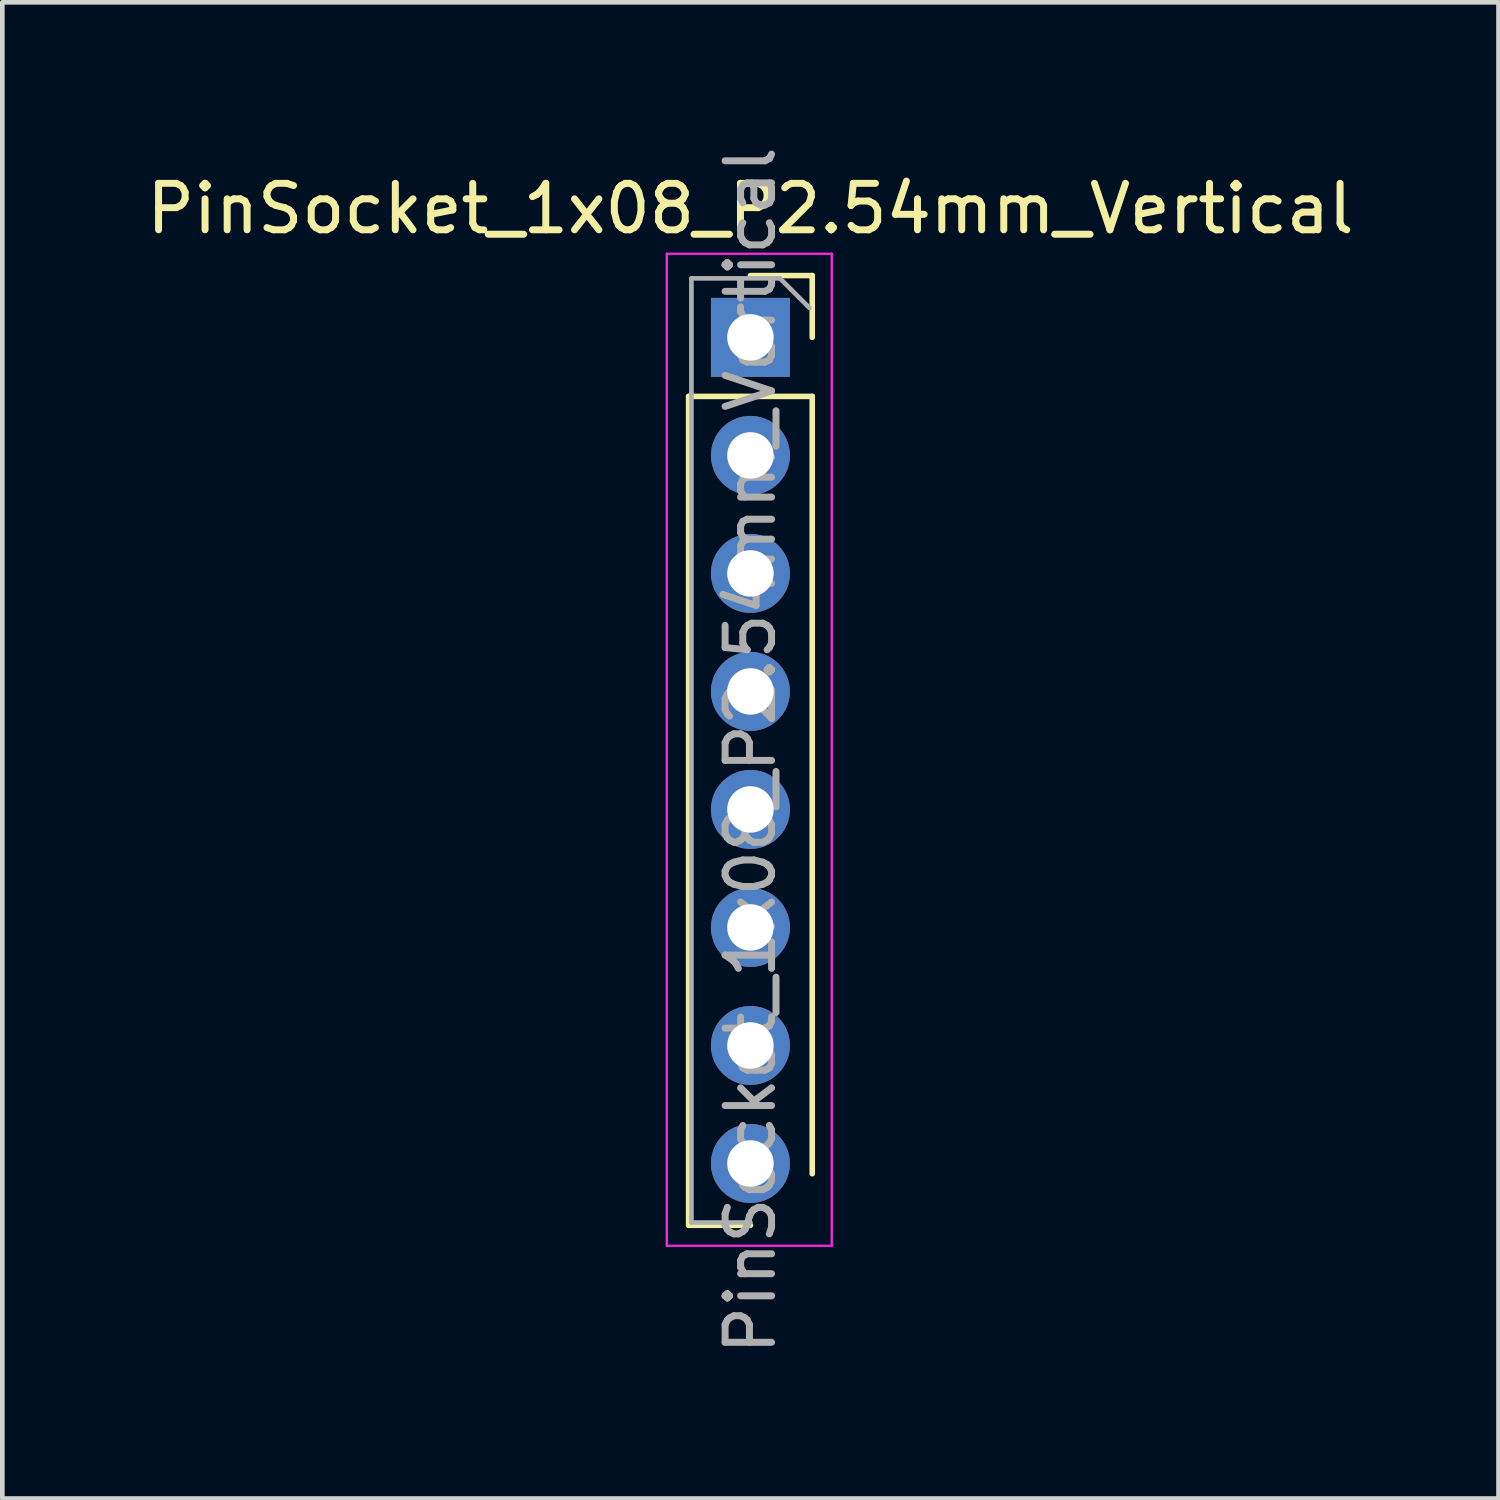
<source format=kicad_pcb>
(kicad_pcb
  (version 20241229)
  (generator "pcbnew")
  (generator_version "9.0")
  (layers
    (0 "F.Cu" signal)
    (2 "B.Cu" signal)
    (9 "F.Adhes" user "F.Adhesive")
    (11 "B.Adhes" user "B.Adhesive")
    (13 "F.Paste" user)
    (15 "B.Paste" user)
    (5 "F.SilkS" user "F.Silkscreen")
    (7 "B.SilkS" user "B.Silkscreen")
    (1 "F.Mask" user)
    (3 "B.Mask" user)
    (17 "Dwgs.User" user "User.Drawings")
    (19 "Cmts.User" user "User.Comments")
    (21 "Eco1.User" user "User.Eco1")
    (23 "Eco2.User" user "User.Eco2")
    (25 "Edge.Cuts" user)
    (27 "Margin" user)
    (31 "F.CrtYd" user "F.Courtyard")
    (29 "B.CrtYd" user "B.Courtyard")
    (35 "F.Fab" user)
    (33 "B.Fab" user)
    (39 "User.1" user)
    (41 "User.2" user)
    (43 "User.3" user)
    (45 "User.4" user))
  (footprint "PinSocket_1x08_P2.54mm_Vertical"
    (layer "F.Cu")
    (at 13.101 4.211)
    (property "Reference" "PinSocket_1x08_P2.54mm_Vertical" (at 0 -2.77 0) (layer "F.SilkS") (effects (font (size 1 1) (thickness 0.15))))
    (attr through_hole)
    (fp_line (start -1.33 1.27) (end -1.33 19.11) (stroke (width 0.12) (type solid)) (layer "F.SilkS"))
    (fp_line (start -1.33 1.27) (end 1.33 1.27) (stroke (width 0.12) (type solid)) (layer "F.SilkS"))
    (fp_line (start -1.33 19.11) (end 0 19.11) (stroke (width 0.12) (type solid)) (layer "F.SilkS"))
    (fp_line (start 0 -1.33) (end 1.33 -1.33) (stroke (width 0.12) (type solid)) (layer "F.SilkS"))
    (fp_line (start 1.33 -1.33) (end 1.33 0) (stroke (width 0.12) (type solid)) (layer "F.SilkS"))
    (fp_line (start 1.33 1.27) (end 1.33 18) (stroke (width 0.12) (type solid)) (layer "F.SilkS"))
    (fp_line (start -1.8 -1.8) (end 1.75 -1.8) (stroke (width 0.05) (type solid)) (layer "F.CrtYd"))
    (fp_line (start -1.8 19.55) (end -1.8 -1.8) (stroke (width 0.05) (type solid)) (layer "F.CrtYd"))
    (fp_line (start 1.75 -1.8) (end 1.75 19.55) (stroke (width 0.05) (type solid)) (layer "F.CrtYd"))
    (fp_line (start 1.75 19.55) (end -1.8 19.55) (stroke (width 0.05) (type solid)) (layer "F.CrtYd"))
    (fp_line (start -1.27 -1.27) (end 0.635 -1.27) (stroke (width 0.1) (type solid)) (layer "F.Fab"))
    (fp_line (start -1.27 19.05) (end -1.27 -1.27) (stroke (width 0.1) (type solid)) (layer "F.Fab"))
    (fp_line (start 0 19.05) (end -1.27 19.05) (stroke (width 0.1) (type solid)) (layer "F.Fab"))
    (fp_line (start 0.635 -1.27) (end 1.27 -0.635) (stroke (width 0.1) (type solid)) (layer "F.Fab"))
    (fp_text user "${REFERENCE}" (at 0 8.89 90) (layer "F.Fab") (effects (font (size 1 1) (thickness 0.15))))
    (pad "1" thru_hole rect (at 0 0) (size 1.7 1.7) (drill 1) (layers "*.Cu" "*.Mask"))
    (pad "2" thru_hole oval (at 0 2.54) (size 1.7 1.7) (drill 1) (layers "*.Cu" "*.Mask"))
    (pad "3" thru_hole oval (at 0 5.08) (size 1.7 1.7) (drill 1) (layers "*.Cu" "*.Mask"))
    (pad "4" thru_hole oval (at 0 7.62) (size 1.7 1.7) (drill 1) (layers "*.Cu" "*.Mask"))
    (pad "5" thru_hole oval (at 0 10.16) (size 1.7 1.7) (drill 1) (layers "*.Cu" "*.Mask"))
    (pad "6" thru_hole oval (at 0 12.7) (size 1.7 1.7) (drill 1) (layers "*.Cu" "*.Mask"))
    (pad "7" thru_hole oval (at 0 15.24) (size 1.7 1.7) (drill 1) (layers "*.Cu" "*.Mask"))
    (pad "8" thru_hole oval (at 0 17.78) (size 1.7 1.7) (drill 1) (layers "*.Cu" "*.Mask")))
  (gr_rect
    (start -3 -3)
    (end 29.202 29.202)
    (stroke (width 0.1) (type default))
    (fill no)
    (layer "Edge.Cuts")))
</source>
